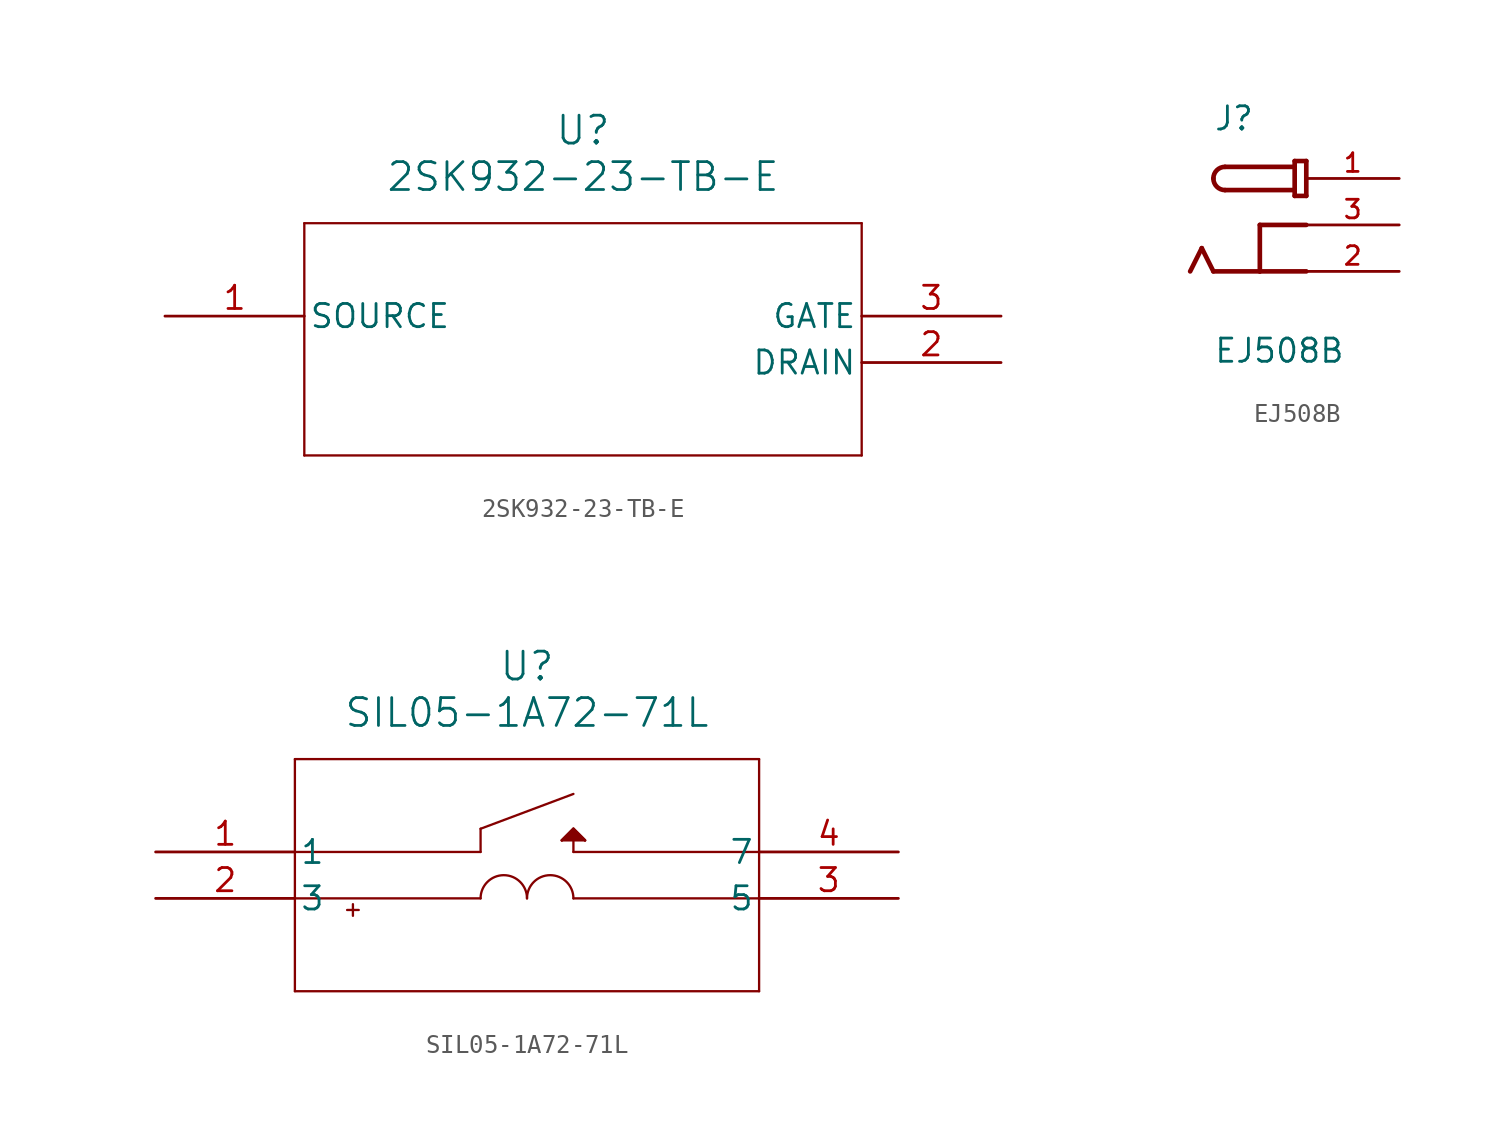
<source format=kicad_sym>
(kicad_symbol_lib
  (version 20211014)
  (generator kicad_symbol_editor)
  (symbol "2SK932-23-TB-E"
    (pin_names
      (offset 0.254))
    (property "Reference" "U"
      (at 22.86 10.16 0)
      (effects (font (size 1.524 1.524))))
    (property "Value" "2SK932-23-TB-E"
      (at 22.86 7.62 0)
      (effects (font (size 1.524 1.524))))
    (symbol "2SK932-23-TB-E_0_1"
      (polyline (pts (xy 7.62 5.08) (xy 7.62 -7.62)) (stroke (width 0.127) (type default) (color 0 0 0 0)) (fill (type none)))
      (polyline (pts (xy 7.62 -7.62) (xy 38.1 -7.62)) (stroke (width 0.127) (type default) (color 0 0 0 0)) (fill (type none)))
      (polyline (pts (xy 38.1 -7.62) (xy 38.1 5.08)) (stroke (width 0.127) (type default) (color 0 0 0 0)) (fill (type none)))
      (polyline (pts (xy 38.1 5.08) (xy 7.62 5.08)) (stroke (width 0.127) (type default) (color 0 0 0 0)) (fill (type none)))
      (pin unspecified line (at 0 0 0) (length 7.62) (name "SOURCE" (effects (font (size 1.27 1.27)))) (number "1" (effects (font (size 1.27 1.27)))))
      (pin unspecified line (at 45.72 -2.54 180) (length 7.62) (name "DRAIN" (effects (font (size 1.27 1.27)))) (number "2" (effects (font (size 1.27 1.27)))))
      (pin unspecified line (at 45.72 0 180) (length 7.62) (name "GATE" (effects (font (size 1.27 1.27)))) (number "3" (effects (font (size 1.27 1.27)))))))
  (symbol "EJ508B"
    (pin_names
      (offset 1.016))
    (property "Reference" "J"
      (at -5.08 5.08 0)
      (effects (font (size 1.27 1.27)) (justify bottom left)))
    (property "Value" "EJ508B"
      (at -5.08 -7.62 0)
      (effects (font (size 1.27 1.27)) (justify bottom left)))
    (symbol "EJ508B_0_0"
      (polyline (pts (xy 0.0 3.493) (xy 0.0 1.587)) (stroke (width 0.254)))
      (polyline (pts (xy 0.0 1.587) (xy -0.635 1.587)) (stroke (width 0.254)))
      (polyline (pts (xy -0.635 1.587) (xy -0.635 1.905)) (stroke (width 0.254)))
      (polyline (pts (xy -0.635 1.905) (xy -0.635 3.175)) (stroke (width 0.254)))
      (polyline (pts (xy -0.635 3.175) (xy -0.635 3.493)) (stroke (width 0.254)))
      (polyline (pts (xy -0.635 3.493) (xy 0.0 3.493)) (stroke (width 0.254)))
      (polyline (pts (xy -0.635 3.175) (xy -4.445 3.175)) (stroke (width 0.254)))
      (arc (start -5.08 2.54) (mid -4.894 2.989) (end -4.445 3.175) (stroke (width 0.254) (type default) (color 0 0 0 0)) (fill (type none)))
      (arc (start -4.445 1.905) (mid -4.894 2.091) (end -5.08 2.54) (stroke (width 0.254) (type default) (color 0 0 0 0)) (fill (type none)))
      (polyline (pts (xy -4.445 1.905) (xy -0.635 1.905)) (stroke (width 0.254)))
      (polyline (pts (xy 0.0 -2.54) (xy -2.54 -2.54)) (stroke (width 0.254)))
      (polyline (pts (xy -2.54 -2.54) (xy -5.08 -2.54)) (stroke (width 0.254)))
      (polyline (pts (xy -5.08 -2.54) (xy -5.715 -1.27)) (stroke (width 0.254)))
      (polyline (pts (xy -5.715 -1.27) (xy -6.35 -2.54)) (stroke (width 0.254)))
      (polyline (pts (xy 0.0 0.0) (xy -2.54 0.0)) (stroke (width 0.254)))
      (polyline (pts (xy -2.54 0.0) (xy -2.54 -2.54)) (stroke (width 0.254)))
      (pin passive line (at 5.08 2.54 180.0) (length 5.08) (name "~" (effects (font (size 1.016 1.016)))) (number "1" (effects (font (size 1.016 1.016)))))
      (pin passive line (at 5.08 0.0 180.0) (length 5.08) (name "~" (effects (font (size 1.016 1.016)))) (number "3" (effects (font (size 1.016 1.016)))))
      (pin passive line (at 5.08 -2.54 180.0) (length 5.08) (name "~" (effects (font (size 1.016 1.016)))) (number "2" (effects (font (size 1.016 1.016)))))))
  (symbol "SIL05-1A72-71L"
    (pin_names
      (offset 0.254))
    (property "Reference" "U"
      (at 20.32 10.16 0)
      (effects (font (size 1.524 1.524))))
    (property "Value" "SIL05-1A72-71L"
      (at 20.32 7.62 0)
      (effects (font (size 1.524 1.524))))
    (polyline
      (pts (xy 7.62 5.08) (xy 7.62 -7.62))
      (stroke (width 0.127) (type default) (color 0 0 0 0))
      (fill (type none)))
    (polyline
      (pts (xy 7.62 -7.62) (xy 33.02 -7.62))
      (stroke (width 0.127) (type default) (color 0 0 0 0))
      (fill (type none)))
    (polyline
      (pts (xy 33.02 -7.62) (xy 33.02 5.08))
      (stroke (width 0.127) (type default) (color 0 0 0 0))
      (fill (type none)))
    (polyline
      (pts (xy 33.02 5.08) (xy 7.62 5.08))
      (stroke (width 0.127) (type default) (color 0 0 0 0))
      (fill (type none)))
    (arc
      (start 20.32 -2.54)
      (mid 19.05 -1.27)
      (end 17.78 -2.54)
      (stroke (width 0.127) (type default) (color 0 0 0 0))
      (fill (type none)))
    (arc
      (start 22.86 -2.54)
      (mid 21.59 -1.27)
      (end 20.32 -2.54)
      (stroke (width 0.127) (type default) (color 0 0 0 0))
      (fill (type none)))
    (polyline
      (pts (xy 7.62 -2.54) (xy 17.78 -2.54))
      (stroke (width 0.127) (type default) (color 0 0 0 0))
      (fill (type none)))
    (polyline
      (pts (xy 22.86 -2.54) (xy 33.02 -2.54))
      (stroke (width 0.127) (type default) (color 0 0 0 0))
      (fill (type none)))
    (polyline
      (pts (xy 10.795 -2.857) (xy 10.795 -3.493))
      (stroke (width 0.127) (type default) (color 0 0 0 0))
      (fill (type none)))
    (polyline
      (pts (xy 10.477 -3.175) (xy 11.113 -3.175))
      (stroke (width 0.127) (type default) (color 0 0 0 0))
      (fill (type none)))
    (polyline
      (pts (xy 7.62 0) (xy 17.78 0))
      (stroke (width 0.127) (type default) (color 0 0 0 0))
      (fill (type none)))
    (polyline
      (pts (xy 22.86 0) (xy 33.02 0))
      (stroke (width 0.127) (type default) (color 0 0 0 0))
      (fill (type none)))
    (polyline
      (pts (xy 22.86 0) (xy 22.86 0.635))
      (stroke (width 0.127) (type default) (color 0 0 0 0))
      (fill (type none)))
    (polyline
      (pts (xy 22.225 0.635) (xy 23.495 0.635))
      (stroke (width 0.127) (type default) (color 0 0 0 0))
      (fill (type none)))
    (polyline
      (pts (xy 22.225 0.635) (xy 22.86 1.27))
      (stroke (width 0.127) (type default) (color 0 0 0 0))
      (fill (type none)))
    (polyline
      (pts (xy 23.495 0.635) (xy 22.86 1.27))
      (stroke (width 0.127) (type default) (color 0 0 0 0))
      (fill (type none)))
    (polyline
      (pts (xy 17.78 0) (xy 17.78 1.27))
      (stroke (width 0.127) (type default) (color 0 0 0 0))
      (fill (type none)))
    (polyline
      (pts (xy 17.78 1.27) (xy 22.86 3.175))
      (stroke (width 0.127) (type default) (color 0 0 0 0))
      (fill (type none)))
    (polyline
      (pts (xy 22.225 0.635) (xy 22.86 1.27) (xy 23.495 0.635))
      (stroke (width 0) (type default) (color 0 0 0 0))
      (fill (type outline)))
    (pin unspecified line
      (at 0 0 0)
      (length 7.62)
      (name "1" (effects (font (size 1.27 1.27))))
      (number "1" (effects (font (size 1.27 1.27)))))
    (pin unspecified line
      (at 0 -2.54 0)
      (length 7.62)
      (name "3" (effects (font (size 1.27 1.27))))
      (number "2" (effects (font (size 1.27 1.27)))))
    (pin unspecified line
      (at 40.64 -2.54 180)
      (length 7.62)
      (name "5" (effects (font (size 1.27 1.27))))
      (number "3" (effects (font (size 1.27 1.27)))))
    (pin unspecified line
      (at 40.64 0 180)
      (length 7.62)
      (name "7" (effects (font (size 1.27 1.27))))
      (number "4" (effects (font (size 1.27 1.27)))))))
</source>
